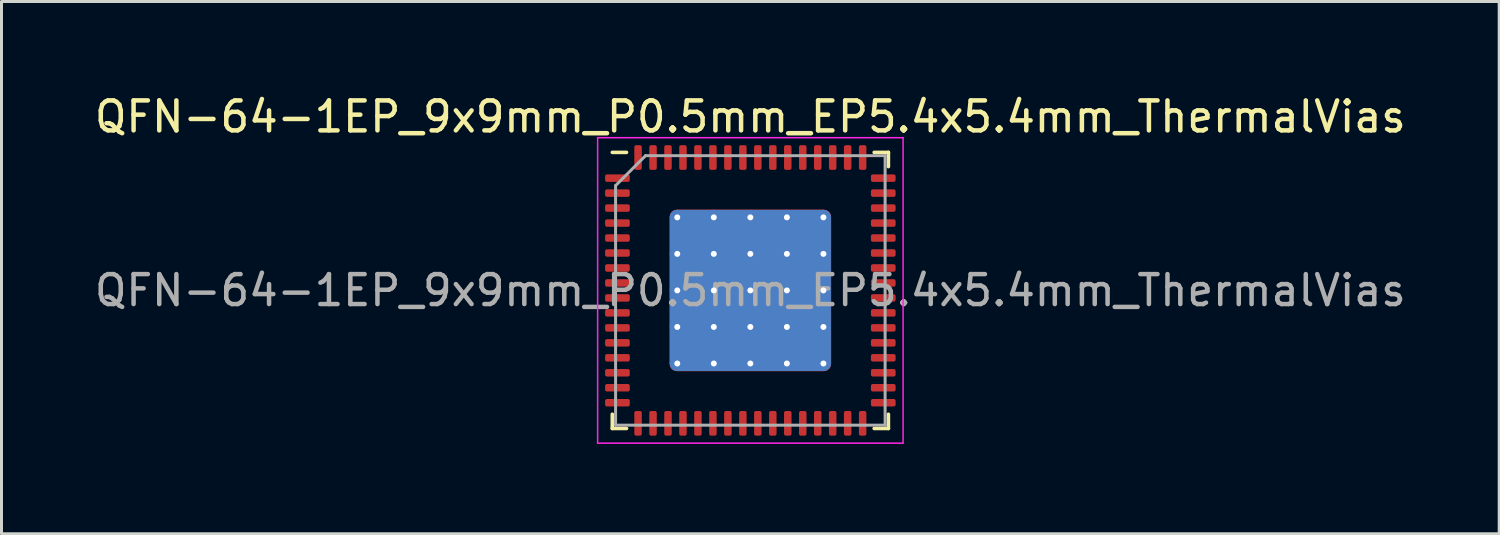
<source format=kicad_pcb>
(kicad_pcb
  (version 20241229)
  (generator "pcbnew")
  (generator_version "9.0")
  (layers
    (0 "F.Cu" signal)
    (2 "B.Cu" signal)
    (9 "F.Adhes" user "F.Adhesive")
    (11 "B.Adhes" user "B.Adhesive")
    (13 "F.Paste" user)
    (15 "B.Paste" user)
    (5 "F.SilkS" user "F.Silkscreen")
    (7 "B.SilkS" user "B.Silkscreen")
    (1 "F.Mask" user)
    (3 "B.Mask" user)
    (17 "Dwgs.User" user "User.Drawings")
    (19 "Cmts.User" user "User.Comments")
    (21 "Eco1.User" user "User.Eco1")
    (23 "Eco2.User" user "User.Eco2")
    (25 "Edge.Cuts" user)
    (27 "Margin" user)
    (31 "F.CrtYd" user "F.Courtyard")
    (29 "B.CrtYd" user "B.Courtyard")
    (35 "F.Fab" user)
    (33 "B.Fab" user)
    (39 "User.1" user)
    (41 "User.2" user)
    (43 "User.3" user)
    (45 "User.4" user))
  (footprint "QFN-64-1EP_9x9mm_P0.5mm_EP5.4x5.4mm_ThermalVias"
    (layer "F.Cu")
    (at 22.006 6.648)
    (property "Reference" "QFN-64-1EP_9x9mm_P0.5mm_EP5.4x5.4mm_ThermalVias" (at 0 -5.8 0) (layer "F.SilkS") (effects (font (size 1 1) (thickness 0.15))))
    (attr smd)
    (fp_line (start -4.61 4.61) (end -4.61 4.135) (stroke (width 0.12) (type solid)) (layer "F.SilkS"))
    (fp_line (start -4.135 -4.61) (end -4.61 -4.61) (stroke (width 0.12) (type solid)) (layer "F.SilkS"))
    (fp_line (start -4.135 4.61) (end -4.61 4.61) (stroke (width 0.12) (type solid)) (layer "F.SilkS"))
    (fp_line (start 4.135 -4.61) (end 4.61 -4.61) (stroke (width 0.12) (type solid)) (layer "F.SilkS"))
    (fp_line (start 4.135 4.61) (end 4.61 4.61) (stroke (width 0.12) (type solid)) (layer "F.SilkS"))
    (fp_line (start 4.61 -4.61) (end 4.61 -4.135) (stroke (width 0.12) (type solid)) (layer "F.SilkS"))
    (fp_line (start 4.61 4.61) (end 4.61 4.135) (stroke (width 0.12) (type solid)) (layer "F.SilkS"))
    (fp_line (start -5.1 -5.1) (end -5.1 5.1) (stroke (width 0.05) (type solid)) (layer "F.CrtYd"))
    (fp_line (start -5.1 5.1) (end 5.1 5.1) (stroke (width 0.05) (type solid)) (layer "F.CrtYd"))
    (fp_line (start 5.1 -5.1) (end -5.1 -5.1) (stroke (width 0.05) (type solid)) (layer "F.CrtYd"))
    (fp_line (start 5.1 5.1) (end 5.1 -5.1) (stroke (width 0.05) (type solid)) (layer "F.CrtYd"))
    (fp_line (start -4.5 -3.5) (end -3.5 -4.5) (stroke (width 0.1) (type solid)) (layer "F.Fab"))
    (fp_line (start -4.5 4.5) (end -4.5 -3.5) (stroke (width 0.1) (type solid)) (layer "F.Fab"))
    (fp_line (start -3.5 -4.5) (end 4.5 -4.5) (stroke (width 0.1) (type solid)) (layer "F.Fab"))
    (fp_line (start 4.5 -4.5) (end 4.5 4.5) (stroke (width 0.1) (type solid)) (layer "F.Fab"))
    (fp_line (start 4.5 4.5) (end -4.5 4.5) (stroke (width 0.1) (type solid)) (layer "F.Fab"))
    (fp_text user "${REFERENCE}" (at 0 0 0) (layer "F.Fab") (effects (font (size 1 1) (thickness 0.15))))
    (pad "" smd custom (at -1.83 -1.83) (size 0.981 0.981) (layers "F.Paste") (options (anchor circle)) (primitives (gr_poly (pts (xy -0.544 -0.393) (xy -0.393 -0.544) (xy 0.393 -0.544) (xy 0.544 -0.393) (xy 0.544 0.393) (xy 0.393 0.544) (xy -0.393 0.544) (xy -0.544 0.393)) (width 0) (fill yes))))
    (pad "" smd custom (at -1.83 -0.61) (size 0.981 0.981) (layers "F.Paste") (options (anchor circle)) (primitives (gr_poly (pts (xy -0.544 -0.393) (xy -0.393 -0.544) (xy 0.393 -0.544) (xy 0.544 -0.393) (xy 0.544 0.393) (xy 0.393 0.544) (xy -0.393 0.544) (xy -0.544 0.393)) (width 0) (fill yes))))
    (pad "" smd custom (at -1.83 0.61) (size 0.981 0.981) (layers "F.Paste") (options (anchor circle)) (primitives (gr_poly (pts (xy -0.544 -0.393) (xy -0.393 -0.544) (xy 0.393 -0.544) (xy 0.544 -0.393) (xy 0.544 0.393) (xy 0.393 0.544) (xy -0.393 0.544) (xy -0.544 0.393)) (width 0) (fill yes))))
    (pad "" smd custom (at -1.83 1.83) (size 0.981 0.981) (layers "F.Paste") (options (anchor circle)) (primitives (gr_poly (pts (xy -0.544 -0.393) (xy -0.393 -0.544) (xy 0.393 -0.544) (xy 0.544 -0.393) (xy 0.544 0.393) (xy 0.393 0.544) (xy -0.393 0.544) (xy -0.544 0.393)) (width 0) (fill yes))))
    (pad "" smd custom (at -0.61 -1.83) (size 0.981 0.981) (layers "F.Paste") (options (anchor circle)) (primitives (gr_poly (pts (xy -0.544 -0.393) (xy -0.393 -0.544) (xy 0.393 -0.544) (xy 0.544 -0.393) (xy 0.544 0.393) (xy 0.393 0.544) (xy -0.393 0.544) (xy -0.544 0.393)) (width 0) (fill yes))))
    (pad "" smd custom (at -0.61 -0.61) (size 0.981 0.981) (layers "F.Paste") (options (anchor circle)) (primitives (gr_poly (pts (xy -0.544 -0.393) (xy -0.393 -0.544) (xy 0.393 -0.544) (xy 0.544 -0.393) (xy 0.544 0.393) (xy 0.393 0.544) (xy -0.393 0.544) (xy -0.544 0.393)) (width 0) (fill yes))))
    (pad "" smd custom (at -0.61 0.61) (size 0.981 0.981) (layers "F.Paste") (options (anchor circle)) (primitives (gr_poly (pts (xy -0.544 -0.393) (xy -0.393 -0.544) (xy 0.393 -0.544) (xy 0.544 -0.393) (xy 0.544 0.393) (xy 0.393 0.544) (xy -0.393 0.544) (xy -0.544 0.393)) (width 0) (fill yes))))
    (pad "" smd custom (at -0.61 1.83) (size 0.981 0.981) (layers "F.Paste") (options (anchor circle)) (primitives (gr_poly (pts (xy -0.544 -0.393) (xy -0.393 -0.544) (xy 0.393 -0.544) (xy 0.544 -0.393) (xy 0.544 0.393) (xy 0.393 0.544) (xy -0.393 0.544) (xy -0.544 0.393)) (width 0) (fill yes))))
    (pad "" smd custom (at 0.61 -1.83) (size 0.981 0.981) (layers "F.Paste") (options (anchor circle)) (primitives (gr_poly (pts (xy -0.544 -0.393) (xy -0.393 -0.544) (xy 0.393 -0.544) (xy 0.544 -0.393) (xy 0.544 0.393) (xy 0.393 0.544) (xy -0.393 0.544) (xy -0.544 0.393)) (width 0) (fill yes))))
    (pad "" smd custom (at 0.61 -0.61) (size 0.981 0.981) (layers "F.Paste") (options (anchor circle)) (primitives (gr_poly (pts (xy -0.544 -0.393) (xy -0.393 -0.544) (xy 0.393 -0.544) (xy 0.544 -0.393) (xy 0.544 0.393) (xy 0.393 0.544) (xy -0.393 0.544) (xy -0.544 0.393)) (width 0) (fill yes))))
    (pad "" smd custom (at 0.61 0.61) (size 0.981 0.981) (layers "F.Paste") (options (anchor circle)) (primitives (gr_poly (pts (xy -0.544 -0.393) (xy -0.393 -0.544) (xy 0.393 -0.544) (xy 0.544 -0.393) (xy 0.544 0.393) (xy 0.393 0.544) (xy -0.393 0.544) (xy -0.544 0.393)) (width 0) (fill yes))))
    (pad "" smd custom (at 0.61 1.83) (size 0.981 0.981) (layers "F.Paste") (options (anchor circle)) (primitives (gr_poly (pts (xy -0.544 -0.393) (xy -0.393 -0.544) (xy 0.393 -0.544) (xy 0.544 -0.393) (xy 0.544 0.393) (xy 0.393 0.544) (xy -0.393 0.544) (xy -0.544 0.393)) (width 0) (fill yes))))
    (pad "" smd custom (at 1.83 -1.83) (size 0.981 0.981) (layers "F.Paste") (options (anchor circle)) (primitives (gr_poly (pts (xy -0.544 -0.393) (xy -0.393 -0.544) (xy 0.393 -0.544) (xy 0.544 -0.393) (xy 0.544 0.393) (xy 0.393 0.544) (xy -0.393 0.544) (xy -0.544 0.393)) (width 0) (fill yes))))
    (pad "" smd custom (at 1.83 -0.61) (size 0.981 0.981) (layers "F.Paste") (options (anchor circle)) (primitives (gr_poly (pts (xy -0.544 -0.393) (xy -0.393 -0.544) (xy 0.393 -0.544) (xy 0.544 -0.393) (xy 0.544 0.393) (xy 0.393 0.544) (xy -0.393 0.544) (xy -0.544 0.393)) (width 0) (fill yes))))
    (pad "" smd custom (at 1.83 0.61) (size 0.981 0.981) (layers "F.Paste") (options (anchor circle)) (primitives (gr_poly (pts (xy -0.544 -0.393) (xy -0.393 -0.544) (xy 0.393 -0.544) (xy 0.544 -0.393) (xy 0.544 0.393) (xy 0.393 0.544) (xy -0.393 0.544) (xy -0.544 0.393)) (width 0) (fill yes))))
    (pad "" smd custom (at 1.83 1.83) (size 0.981 0.981) (layers "F.Paste") (options (anchor circle)) (primitives (gr_poly (pts (xy -0.544 -0.393) (xy -0.393 -0.544) (xy 0.393 -0.544) (xy 0.544 -0.393) (xy 0.544 0.393) (xy 0.393 0.544) (xy -0.393 0.544) (xy -0.544 0.393)) (width 0) (fill yes))))
    (pad "1" smd roundrect (at -4.438 -3.75) (size 0.825 0.25) (layers "F.Cu" "F.Mask" "F.Paste") (roundrect_rratio 0.25))
    (pad "2" smd roundrect (at -4.438 -3.25) (size 0.825 0.25) (layers "F.Cu" "F.Mask" "F.Paste") (roundrect_rratio 0.25))
    (pad "3" smd roundrect (at -4.438 -2.75) (size 0.825 0.25) (layers "F.Cu" "F.Mask" "F.Paste") (roundrect_rratio 0.25))
    (pad "4" smd roundrect (at -4.438 -2.25) (size 0.825 0.25) (layers "F.Cu" "F.Mask" "F.Paste") (roundrect_rratio 0.25))
    (pad "5" smd roundrect (at -4.438 -1.75) (size 0.825 0.25) (layers "F.Cu" "F.Mask" "F.Paste") (roundrect_rratio 0.25))
    (pad "6" smd roundrect (at -4.438 -1.25) (size 0.825 0.25) (layers "F.Cu" "F.Mask" "F.Paste") (roundrect_rratio 0.25))
    (pad "7" smd roundrect (at -4.438 -0.75) (size 0.825 0.25) (layers "F.Cu" "F.Mask" "F.Paste") (roundrect_rratio 0.25))
    (pad "8" smd roundrect (at -4.438 -0.25) (size 0.825 0.25) (layers "F.Cu" "F.Mask" "F.Paste") (roundrect_rratio 0.25))
    (pad "9" smd roundrect (at -4.438 0.25) (size 0.825 0.25) (layers "F.Cu" "F.Mask" "F.Paste") (roundrect_rratio 0.25))
    (pad "10" smd roundrect (at -4.438 0.75) (size 0.825 0.25) (layers "F.Cu" "F.Mask" "F.Paste") (roundrect_rratio 0.25))
    (pad "11" smd roundrect (at -4.438 1.25) (size 0.825 0.25) (layers "F.Cu" "F.Mask" "F.Paste") (roundrect_rratio 0.25))
    (pad "12" smd roundrect (at -4.438 1.75) (size 0.825 0.25) (layers "F.Cu" "F.Mask" "F.Paste") (roundrect_rratio 0.25))
    (pad "13" smd roundrect (at -4.438 2.25) (size 0.825 0.25) (layers "F.Cu" "F.Mask" "F.Paste") (roundrect_rratio 0.25))
    (pad "14" smd roundrect (at -4.438 2.75) (size 0.825 0.25) (layers "F.Cu" "F.Mask" "F.Paste") (roundrect_rratio 0.25))
    (pad "15" smd roundrect (at -4.438 3.25) (size 0.825 0.25) (layers "F.Cu" "F.Mask" "F.Paste") (roundrect_rratio 0.25))
    (pad "16" smd roundrect (at -4.438 3.75) (size 0.825 0.25) (layers "F.Cu" "F.Mask" "F.Paste") (roundrect_rratio 0.25))
    (pad "17" smd roundrect (at -3.75 4.438) (size 0.25 0.825) (layers "F.Cu" "F.Mask" "F.Paste") (roundrect_rratio 0.25))
    (pad "18" smd roundrect (at -3.25 4.438) (size 0.25 0.825) (layers "F.Cu" "F.Mask" "F.Paste") (roundrect_rratio 0.25))
    (pad "19" smd roundrect (at -2.75 4.438) (size 0.25 0.825) (layers "F.Cu" "F.Mask" "F.Paste") (roundrect_rratio 0.25))
    (pad "20" smd roundrect (at -2.25 4.438) (size 0.25 0.825) (layers "F.Cu" "F.Mask" "F.Paste") (roundrect_rratio 0.25))
    (pad "21" smd roundrect (at -1.75 4.438) (size 0.25 0.825) (layers "F.Cu" "F.Mask" "F.Paste") (roundrect_rratio 0.25))
    (pad "22" smd roundrect (at -1.25 4.438) (size 0.25 0.825) (layers "F.Cu" "F.Mask" "F.Paste") (roundrect_rratio 0.25))
    (pad "23" smd roundrect (at -0.75 4.438) (size 0.25 0.825) (layers "F.Cu" "F.Mask" "F.Paste") (roundrect_rratio 0.25))
    (pad "24" smd roundrect (at -0.25 4.438) (size 0.25 0.825) (layers "F.Cu" "F.Mask" "F.Paste") (roundrect_rratio 0.25))
    (pad "25" smd roundrect (at 0.25 4.438) (size 0.25 0.825) (layers "F.Cu" "F.Mask" "F.Paste") (roundrect_rratio 0.25))
    (pad "26" smd roundrect (at 0.75 4.438) (size 0.25 0.825) (layers "F.Cu" "F.Mask" "F.Paste") (roundrect_rratio 0.25))
    (pad "27" smd roundrect (at 1.25 4.438) (size 0.25 0.825) (layers "F.Cu" "F.Mask" "F.Paste") (roundrect_rratio 0.25))
    (pad "28" smd roundrect (at 1.75 4.438) (size 0.25 0.825) (layers "F.Cu" "F.Mask" "F.Paste") (roundrect_rratio 0.25))
    (pad "29" smd roundrect (at 2.25 4.438) (size 0.25 0.825) (layers "F.Cu" "F.Mask" "F.Paste") (roundrect_rratio 0.25))
    (pad "30" smd roundrect (at 2.75 4.438) (size 0.25 0.825) (layers "F.Cu" "F.Mask" "F.Paste") (roundrect_rratio 0.25))
    (pad "31" smd roundrect (at 3.25 4.438) (size 0.25 0.825) (layers "F.Cu" "F.Mask" "F.Paste") (roundrect_rratio 0.25))
    (pad "32" smd roundrect (at 3.75 4.438) (size 0.25 0.825) (layers "F.Cu" "F.Mask" "F.Paste") (roundrect_rratio 0.25))
    (pad "33" smd roundrect (at 4.438 3.75) (size 0.825 0.25) (layers "F.Cu" "F.Mask" "F.Paste") (roundrect_rratio 0.25))
    (pad "34" smd roundrect (at 4.438 3.25) (size 0.825 0.25) (layers "F.Cu" "F.Mask" "F.Paste") (roundrect_rratio 0.25))
    (pad "35" smd roundrect (at 4.438 2.75) (size 0.825 0.25) (layers "F.Cu" "F.Mask" "F.Paste") (roundrect_rratio 0.25))
    (pad "36" smd roundrect (at 4.438 2.25) (size 0.825 0.25) (layers "F.Cu" "F.Mask" "F.Paste") (roundrect_rratio 0.25))
    (pad "37" smd roundrect (at 4.438 1.75) (size 0.825 0.25) (layers "F.Cu" "F.Mask" "F.Paste") (roundrect_rratio 0.25))
    (pad "38" smd roundrect (at 4.438 1.25) (size 0.825 0.25) (layers "F.Cu" "F.Mask" "F.Paste") (roundrect_rratio 0.25))
    (pad "39" smd roundrect (at 4.438 0.75) (size 0.825 0.25) (layers "F.Cu" "F.Mask" "F.Paste") (roundrect_rratio 0.25))
    (pad "40" smd roundrect (at 4.438 0.25) (size 0.825 0.25) (layers "F.Cu" "F.Mask" "F.Paste") (roundrect_rratio 0.25))
    (pad "41" smd roundrect (at 4.438 -0.25) (size 0.825 0.25) (layers "F.Cu" "F.Mask" "F.Paste") (roundrect_rratio 0.25))
    (pad "42" smd roundrect (at 4.438 -0.75) (size 0.825 0.25) (layers "F.Cu" "F.Mask" "F.Paste") (roundrect_rratio 0.25))
    (pad "43" smd roundrect (at 4.438 -1.25) (size 0.825 0.25) (layers "F.Cu" "F.Mask" "F.Paste") (roundrect_rratio 0.25))
    (pad "44" smd roundrect (at 4.438 -1.75) (size 0.825 0.25) (layers "F.Cu" "F.Mask" "F.Paste") (roundrect_rratio 0.25))
    (pad "45" smd roundrect (at 4.438 -2.25) (size 0.825 0.25) (layers "F.Cu" "F.Mask" "F.Paste") (roundrect_rratio 0.25))
    (pad "46" smd roundrect (at 4.438 -2.75) (size 0.825 0.25) (layers "F.Cu" "F.Mask" "F.Paste") (roundrect_rratio 0.25))
    (pad "47" smd roundrect (at 4.438 -3.25) (size 0.825 0.25) (layers "F.Cu" "F.Mask" "F.Paste") (roundrect_rratio 0.25))
    (pad "48" smd roundrect (at 4.438 -3.75) (size 0.825 0.25) (layers "F.Cu" "F.Mask" "F.Paste") (roundrect_rratio 0.25))
    (pad "49" smd roundrect (at 3.75 -4.438) (size 0.25 0.825) (layers "F.Cu" "F.Mask" "F.Paste") (roundrect_rratio 0.25))
    (pad "50" smd roundrect (at 3.25 -4.438) (size 0.25 0.825) (layers "F.Cu" "F.Mask" "F.Paste") (roundrect_rratio 0.25))
    (pad "51" smd roundrect (at 2.75 -4.438) (size 0.25 0.825) (layers "F.Cu" "F.Mask" "F.Paste") (roundrect_rratio 0.25))
    (pad "52" smd roundrect (at 2.25 -4.438) (size 0.25 0.825) (layers "F.Cu" "F.Mask" "F.Paste") (roundrect_rratio 0.25))
    (pad "53" smd roundrect (at 1.75 -4.438) (size 0.25 0.825) (layers "F.Cu" "F.Mask" "F.Paste") (roundrect_rratio 0.25))
    (pad "54" smd roundrect (at 1.25 -4.438) (size 0.25 0.825) (layers "F.Cu" "F.Mask" "F.Paste") (roundrect_rratio 0.25))
    (pad "55" smd roundrect (at 0.75 -4.438) (size 0.25 0.825) (layers "F.Cu" "F.Mask" "F.Paste") (roundrect_rratio 0.25))
    (pad "56" smd roundrect (at 0.25 -4.438) (size 0.25 0.825) (layers "F.Cu" "F.Mask" "F.Paste") (roundrect_rratio 0.25))
    (pad "57" smd roundrect (at -0.25 -4.438) (size 0.25 0.825) (layers "F.Cu" "F.Mask" "F.Paste") (roundrect_rratio 0.25))
    (pad "58" smd roundrect (at -0.75 -4.438) (size 0.25 0.825) (layers "F.Cu" "F.Mask" "F.Paste") (roundrect_rratio 0.25))
    (pad "59" smd roundrect (at -1.25 -4.438) (size 0.25 0.825) (layers "F.Cu" "F.Mask" "F.Paste") (roundrect_rratio 0.25))
    (pad "60" smd roundrect (at -1.75 -4.438) (size 0.25 0.825) (layers "F.Cu" "F.Mask" "F.Paste") (roundrect_rratio 0.25))
    (pad "61" smd roundrect (at -2.25 -4.438) (size 0.25 0.825) (layers "F.Cu" "F.Mask" "F.Paste") (roundrect_rratio 0.25))
    (pad "62" smd roundrect (at -2.75 -4.438) (size 0.25 0.825) (layers "F.Cu" "F.Mask" "F.Paste") (roundrect_rratio 0.25))
    (pad "63" smd roundrect (at -3.25 -4.438) (size 0.25 0.825) (layers "F.Cu" "F.Mask" "F.Paste") (roundrect_rratio 0.25))
    (pad "64" smd roundrect (at -3.75 -4.438) (size 0.25 0.825) (layers "F.Cu" "F.Mask" "F.Paste") (roundrect_rratio 0.25))
    (pad "65" thru_hole circle (at -2.44 -2.44) (size 0.5 0.5) (drill 0.2) (layers "*.Cu"))
    (pad "65" thru_hole circle (at -2.44 -1.22) (size 0.5 0.5) (drill 0.2) (layers "*.Cu"))
    (pad "65" thru_hole circle (at -2.44 0) (size 0.5 0.5) (drill 0.2) (layers "*.Cu"))
    (pad "65" thru_hole circle (at -2.44 1.22) (size 0.5 0.5) (drill 0.2) (layers "*.Cu"))
    (pad "65" thru_hole circle (at -2.44 2.44) (size 0.5 0.5) (drill 0.2) (layers "*.Cu"))
    (pad "65" thru_hole circle (at -1.22 -2.44) (size 0.5 0.5) (drill 0.2) (layers "*.Cu"))
    (pad "65" thru_hole circle (at -1.22 -1.22) (size 0.5 0.5) (drill 0.2) (layers "*.Cu"))
    (pad "65" thru_hole circle (at -1.22 0) (size 0.5 0.5) (drill 0.2) (layers "*.Cu"))
    (pad "65" thru_hole circle (at -1.22 1.22) (size 0.5 0.5) (drill 0.2) (layers "*.Cu"))
    (pad "65" thru_hole circle (at -1.22 2.44) (size 0.5 0.5) (drill 0.2) (layers "*.Cu"))
    (pad "65" thru_hole circle (at 0 -2.44) (size 0.5 0.5) (drill 0.2) (layers "*.Cu"))
    (pad "65" thru_hole circle (at 0 -1.22) (size 0.5 0.5) (drill 0.2) (layers "*.Cu"))
    (pad "65" thru_hole circle (at 0 0) (size 0.5 0.5) (drill 0.2) (layers "*.Cu"))
    (pad "65" smd roundrect (at 0 0) (size 5.38 5.38) (layers "B.Cu") (roundrect_rratio 0.046))
    (pad "65" smd roundrect (at 0 0) (size 5.4 5.4) (layers "F.Cu" "F.Mask") (roundrect_rratio 0.046))
    (pad "65" thru_hole circle (at 0 1.22) (size 0.5 0.5) (drill 0.2) (layers "*.Cu"))
    (pad "65" thru_hole circle (at 0 2.44) (size 0.5 0.5) (drill 0.2) (layers "*.Cu"))
    (pad "65" thru_hole circle (at 1.22 -2.44) (size 0.5 0.5) (drill 0.2) (layers "*.Cu"))
    (pad "65" thru_hole circle (at 1.22 -1.22) (size 0.5 0.5) (drill 0.2) (layers "*.Cu"))
    (pad "65" thru_hole circle (at 1.22 0) (size 0.5 0.5) (drill 0.2) (layers "*.Cu"))
    (pad "65" thru_hole circle (at 1.22 1.22) (size 0.5 0.5) (drill 0.2) (layers "*.Cu"))
    (pad "65" thru_hole circle (at 1.22 2.44) (size 0.5 0.5) (drill 0.2) (layers "*.Cu"))
    (pad "65" thru_hole circle (at 2.44 -2.44) (size 0.5 0.5) (drill 0.2) (layers "*.Cu"))
    (pad "65" thru_hole circle (at 2.44 -1.22) (size 0.5 0.5) (drill 0.2) (layers "*.Cu"))
    (pad "65" thru_hole circle (at 2.44 0) (size 0.5 0.5) (drill 0.2) (layers "*.Cu"))
    (pad "65" thru_hole circle (at 2.44 1.22) (size 0.5 0.5) (drill 0.2) (layers "*.Cu"))
    (pad "65" thru_hole circle (at 2.44 2.44) (size 0.5 0.5) (drill 0.2) (layers "*.Cu")))
  (gr_rect
    (start -3 -3)
    (end 47.012 14.773)
    (stroke (width 0.1) (type default))
    (fill no)
    (layer "Edge.Cuts")))
</source>
